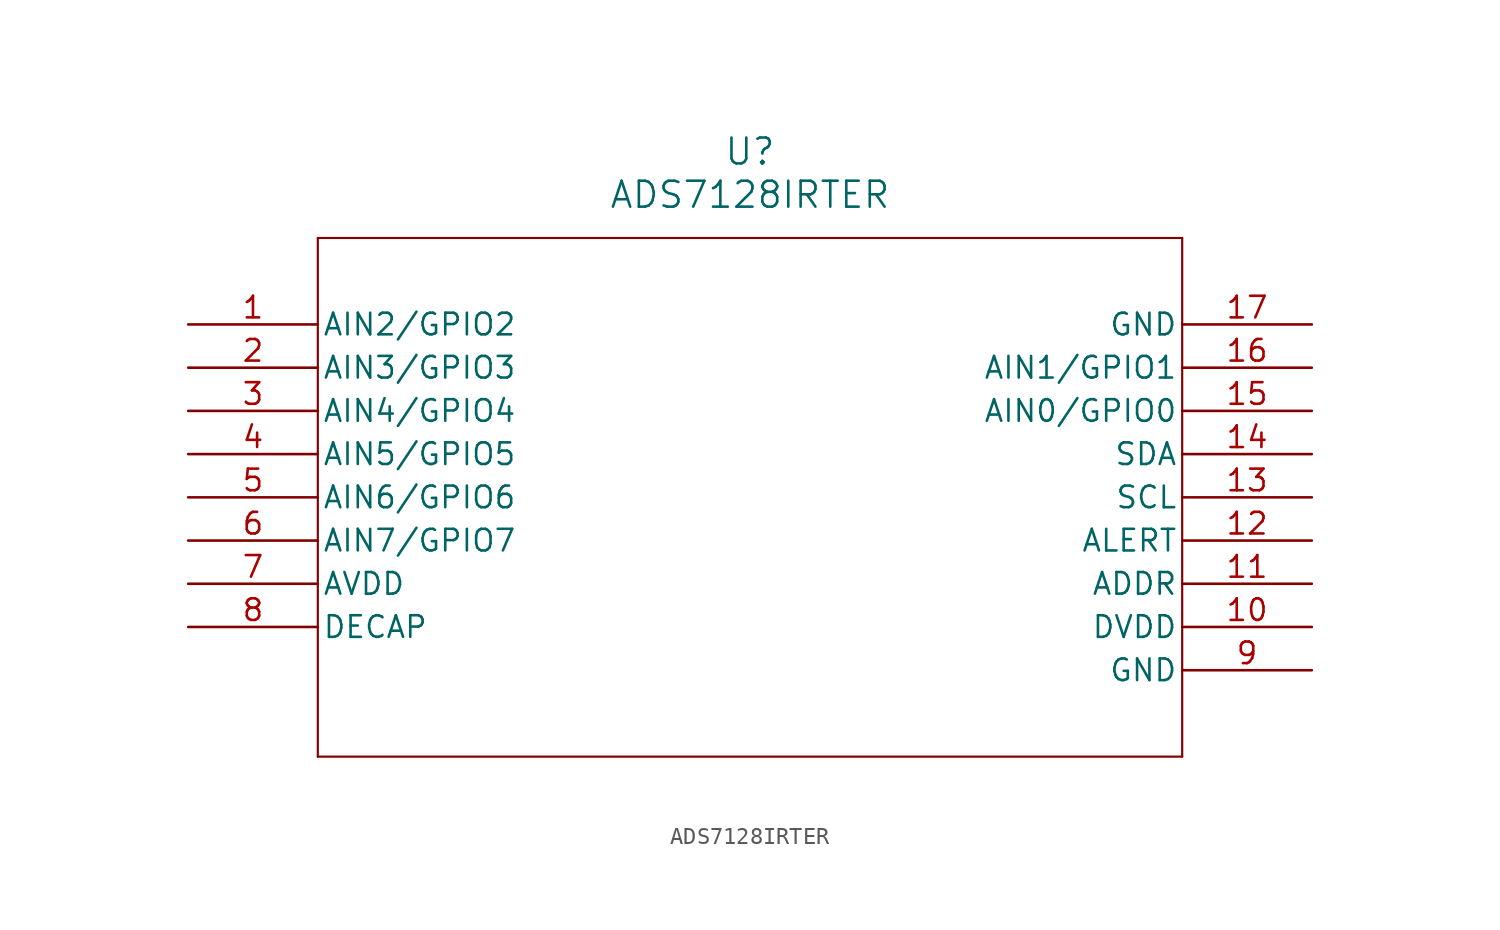
<source format=kicad_sym>
(kicad_symbol_lib
  (version 20211014)
  (generator kicad_symbol_editor)
  (symbol "ADS7128IRTER"
    (pin_names
      (offset 0.254))
    (property "Reference" "U"
      (at 33.02 10.16 0)
      (effects (font (size 1.524 1.524))))
    (property "Value" "ADS7128IRTER"
      (at 33.02 7.62 0)
      (effects (font (size 1.524 1.524))))
    (symbol "ADS7128IRTER_0_1"
      (polyline (pts (xy 7.62 5.08) (xy 7.62 -25.4)) (stroke (width 0.127) (type default) (color 0 0 0 0)) (fill (type none)))
      (polyline (pts (xy 7.62 -25.4) (xy 58.42 -25.4)) (stroke (width 0.127) (type default) (color 0 0 0 0)) (fill (type none)))
      (polyline (pts (xy 58.42 -25.4) (xy 58.42 5.08)) (stroke (width 0.127) (type default) (color 0 0 0 0)) (fill (type none)))
      (polyline (pts (xy 58.42 5.08) (xy 7.62 5.08)) (stroke (width 0.127) (type default) (color 0 0 0 0)) (fill (type none)))
      (pin bidirectional line (at 0 0 0) (length 7.62) (name "AIN2/GPIO2" (effects (font (size 1.27 1.27)))) (number "1" (effects (font (size 1.27 1.27)))))
      (pin bidirectional line (at 0 -2.54 0) (length 7.62) (name "AIN3/GPIO3" (effects (font (size 1.27 1.27)))) (number "2" (effects (font (size 1.27 1.27)))))
      (pin bidirectional line (at 0 -5.08 0) (length 7.62) (name "AIN4/GPIO4" (effects (font (size 1.27 1.27)))) (number "3" (effects (font (size 1.27 1.27)))))
      (pin bidirectional line (at 0 -7.62 0) (length 7.62) (name "AIN5/GPIO5" (effects (font (size 1.27 1.27)))) (number "4" (effects (font (size 1.27 1.27)))))
      (pin bidirectional line (at 0 -10.16 0) (length 7.62) (name "AIN6/GPIO6" (effects (font (size 1.27 1.27)))) (number "5" (effects (font (size 1.27 1.27)))))
      (pin bidirectional line (at 0 -12.7 0) (length 7.62) (name "AIN7/GPIO7" (effects (font (size 1.27 1.27)))) (number "6" (effects (font (size 1.27 1.27)))))
      (pin power_in line (at 0 -15.24 0) (length 7.62) (name "AVDD" (effects (font (size 1.27 1.27)))) (number "7" (effects (font (size 1.27 1.27)))))
      (pin power_in line (at 0 -17.78 0) (length 7.62) (name "DECAP" (effects (font (size 1.27 1.27)))) (number "8" (effects (font (size 1.27 1.27)))))
      (pin power_out line (at 66.04 -20.32 180) (length 7.62) (name "GND" (effects (font (size 1.27 1.27)))) (number "9" (effects (font (size 1.27 1.27)))))
      (pin power_in line (at 66.04 -17.78 180) (length 7.62) (name "DVDD" (effects (font (size 1.27 1.27)))) (number "10" (effects (font (size 1.27 1.27)))))
      (pin input line (at 66.04 -15.24 180) (length 7.62) (name "ADDR" (effects (font (size 1.27 1.27)))) (number "11" (effects (font (size 1.27 1.27)))))
      (pin output line (at 66.04 -12.7 180) (length 7.62) (name "ALERT" (effects (font (size 1.27 1.27)))) (number "12" (effects (font (size 1.27 1.27)))))
      (pin input line (at 66.04 -10.16 180) (length 7.62) (name "SCL" (effects (font (size 1.27 1.27)))) (number "13" (effects (font (size 1.27 1.27)))))
      (pin bidirectional line (at 66.04 -7.62 180) (length 7.62) (name "SDA" (effects (font (size 1.27 1.27)))) (number "14" (effects (font (size 1.27 1.27)))))
      (pin bidirectional line (at 66.04 -5.08 180) (length 7.62) (name "AIN0/GPIO0" (effects (font (size 1.27 1.27)))) (number "15" (effects (font (size 1.27 1.27)))))
      (pin bidirectional line (at 66.04 -2.54 180) (length 7.62) (name "AIN1/GPIO1" (effects (font (size 1.27 1.27)))) (number "16" (effects (font (size 1.27 1.27)))))
      (pin power_out line (at 66.04 0 180) (length 7.62) (name "GND" (effects (font (size 1.27 1.27)))) (number "17" (effects (font (size 1.27 1.27))))))))
</source>
